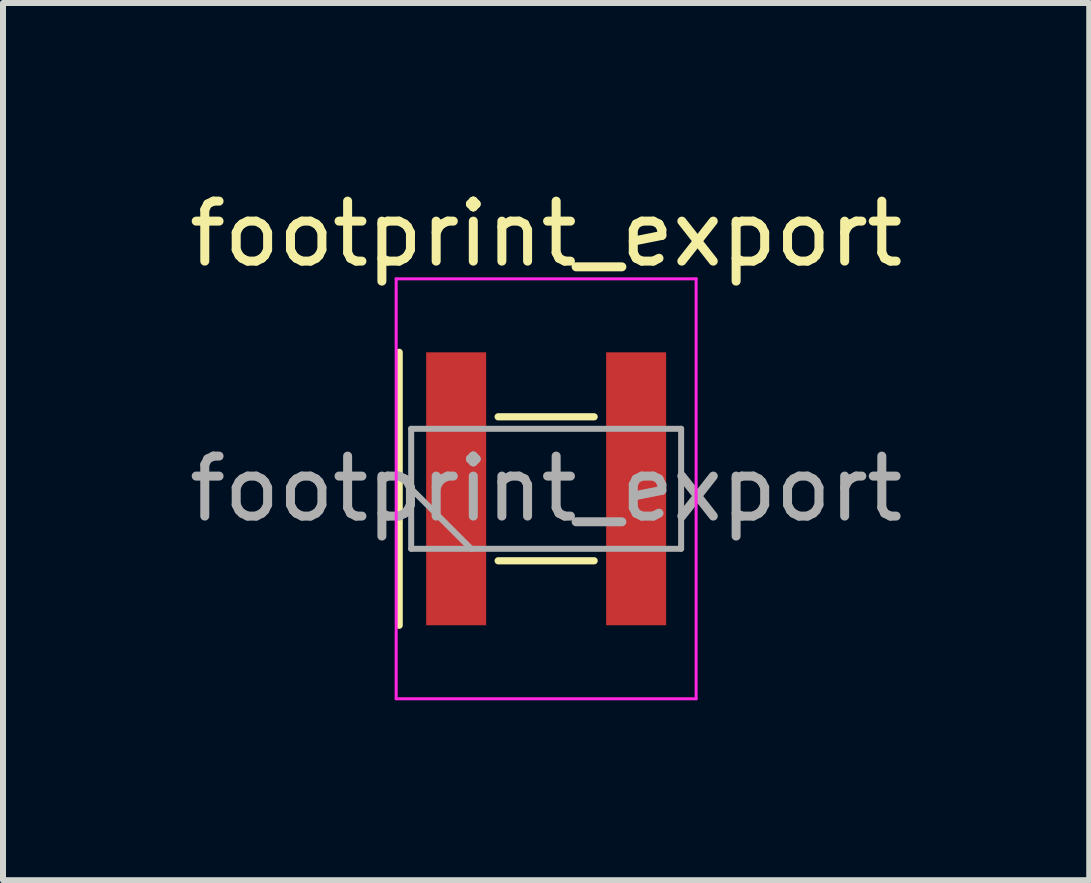
<source format=kicad_pcb>
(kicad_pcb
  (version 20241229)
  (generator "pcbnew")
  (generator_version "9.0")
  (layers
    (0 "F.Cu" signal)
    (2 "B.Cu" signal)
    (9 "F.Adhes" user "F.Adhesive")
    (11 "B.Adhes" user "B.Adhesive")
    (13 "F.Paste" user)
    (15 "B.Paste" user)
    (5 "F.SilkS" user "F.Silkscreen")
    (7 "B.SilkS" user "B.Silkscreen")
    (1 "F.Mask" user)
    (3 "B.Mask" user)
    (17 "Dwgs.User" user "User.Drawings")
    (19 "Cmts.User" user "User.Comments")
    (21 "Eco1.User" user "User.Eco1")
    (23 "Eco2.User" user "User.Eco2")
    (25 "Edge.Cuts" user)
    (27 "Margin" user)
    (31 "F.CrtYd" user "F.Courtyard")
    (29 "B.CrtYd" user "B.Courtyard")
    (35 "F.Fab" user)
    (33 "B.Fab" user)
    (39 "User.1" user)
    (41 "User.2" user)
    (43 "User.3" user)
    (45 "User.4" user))
  (footprint "footprint_export"
    (layer "F.Cu")
    (at 6.054 5.098)
    (property "Reference" "footprint_export" (at 0 -4.25 0) (layer "F.SilkS") (effects (font (size 1 1) (thickness 0.15))))
    (attr smd)
    (fp_line (start -2.45 -2.275) (end -2.45 2.275) (stroke (width 0.12) (type solid)) (layer "F.SilkS"))
    (fp_line (start -0.8 -1.2) (end 0.8 -1.2) (stroke (width 0.12) (type solid)) (layer "F.SilkS"))
    (fp_line (start -0.8 1.2) (end 0.8 1.2) (stroke (width 0.12) (type solid)) (layer "F.SilkS"))
    (fp_line (start -2.5 -3.5) (end -2.5 3.5) (stroke (width 0.05) (type solid)) (layer "F.CrtYd"))
    (fp_line (start -2.5 3.5) (end 2.5 3.5) (stroke (width 0.05) (type solid)) (layer "F.CrtYd"))
    (fp_line (start 2.5 -3.5) (end -2.5 -3.5) (stroke (width 0.05) (type solid)) (layer "F.CrtYd"))
    (fp_line (start 2.5 3.5) (end 2.5 -3.5) (stroke (width 0.05) (type solid)) (layer "F.CrtYd"))
    (fp_line (start -2.25 -1) (end -2.25 1) (stroke (width 0.1) (type solid)) (layer "F.Fab"))
    (fp_line (start -2.25 0) (end -1.25 1) (stroke (width 0.1) (type solid)) (layer "F.Fab"))
    (fp_line (start -2.25 1) (end 2.25 1) (stroke (width 0.1) (type solid)) (layer "F.Fab"))
    (fp_line (start 2.25 -1) (end -2.25 -1) (stroke (width 0.1) (type solid)) (layer "F.Fab"))
    (fp_line (start 2.25 1) (end 2.25 -1) (stroke (width 0.1) (type solid)) (layer "F.Fab"))
    (fp_text user "${REFERENCE}" (at 0 0 0) (layer "F.Fab") (effects (font (size 1 1) (thickness 0.15))))
    (pad "1" smd rect (at -1.5 0) (size 1 4.55) (layers "F.Cu" "F.Mask" "F.Paste"))
    (pad "2" smd rect (at 1.5 0) (size 1 4.55) (layers "F.Cu" "F.Mask" "F.Paste")))
  (gr_rect
    (start -3 -3)
    (end 15.107 11.623)
    (stroke (width 0.1) (type default))
    (fill no)
    (layer "Edge.Cuts")))
</source>
